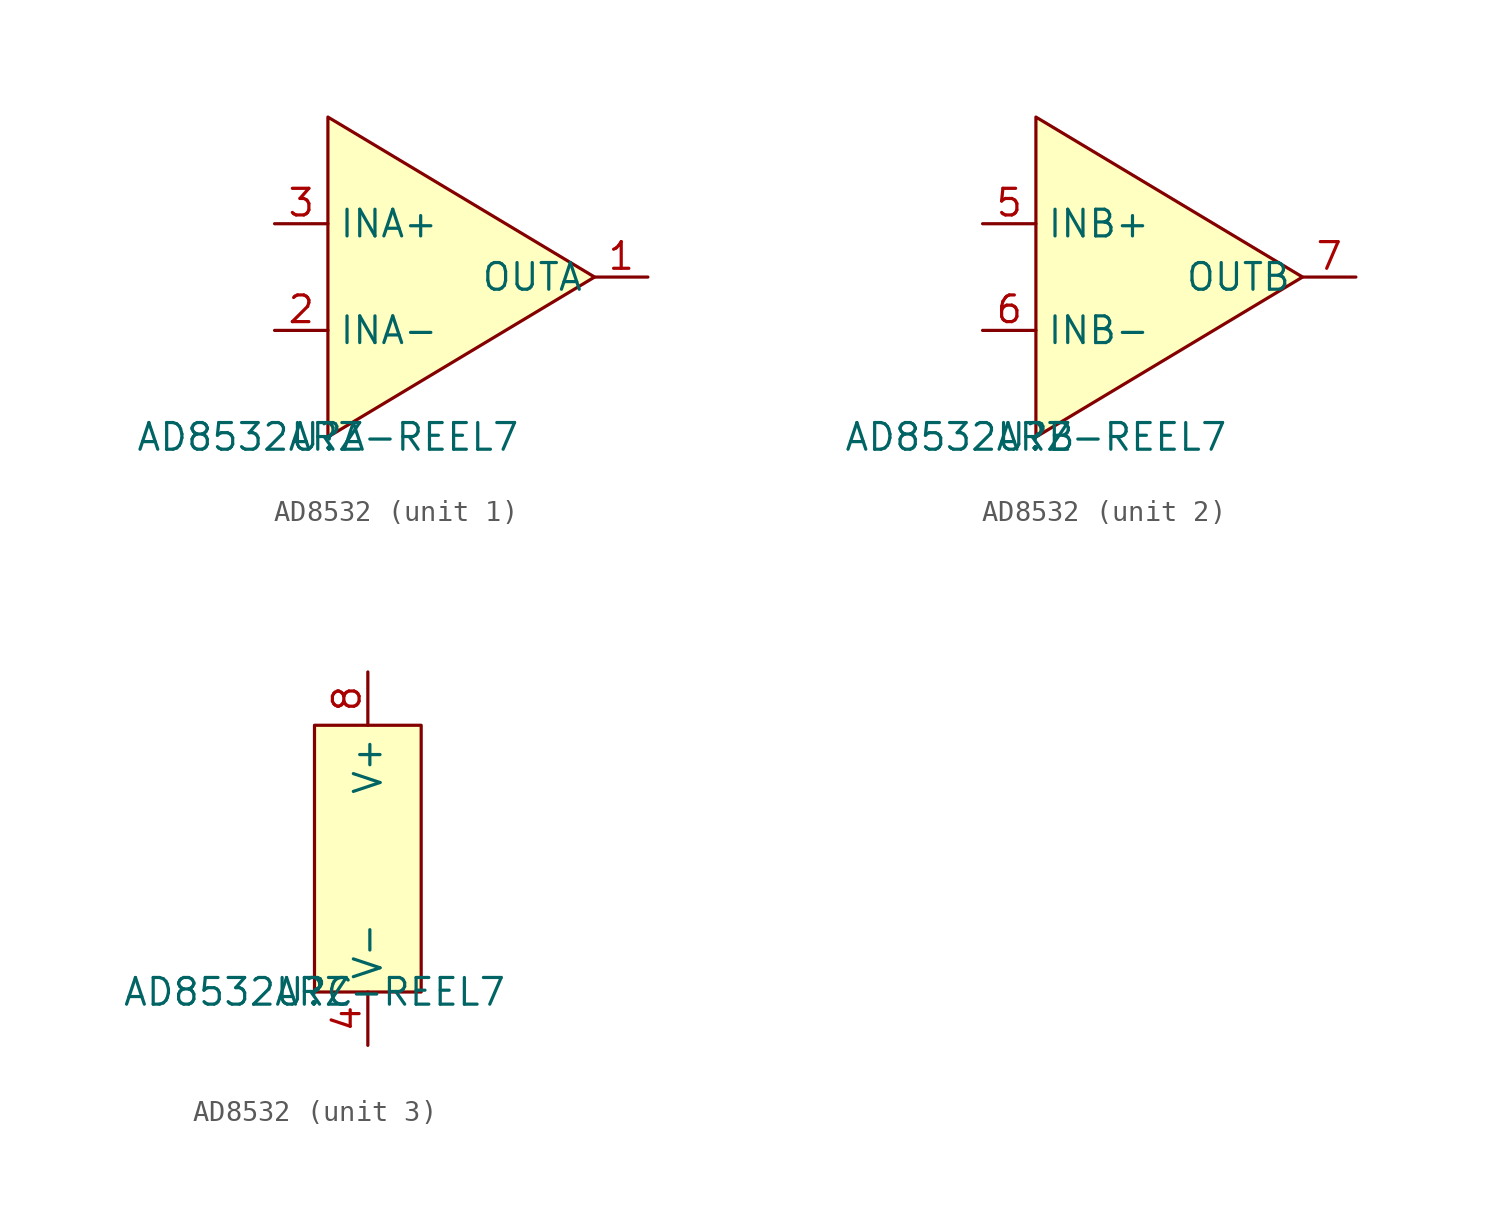
<source format=kicad_sym>
(kicad_symbol_lib
  (version 20220914)
  (generator kicad_symbol_editor)
  (symbol "AD8532"
    (property "Reference" "U"
      (at 0 0 0)
      (effects (font (size 1.27 1.27))))
    (property "Value" "AD8532ARZ-REEL7"
      (at 0 0 0)
      (effects (font (size 1.27 1.27))))
    (property "ki_locked" ""
      (at 0 0 0)
      (effects (font (size 1.27 1.27))))
    (symbol "AD8532_1_0"
      (pin passive line (at 15.24 7.62 180) (length 2.54) (name "OUTA" (effects (font (size 1.27 1.27)))) (number "1" (effects (font (size 1.27 1.27)))))
      (pin passive line (at -2.54 5.08 0) (length 2.54) (name "INA-" (effects (font (size 1.27 1.27)))) (number "2" (effects (font (size 1.27 1.27)))))
      (pin passive line (at -2.54 10.16 0) (length 2.54) (name "INA+" (effects (font (size 1.27 1.27)))) (number "3" (effects (font (size 1.27 1.27))))))
    (symbol "AD8532_1_1"
      (polyline (pts (xy 0 0) (xy 12.7 7.62) (xy 0 15.24) (xy 0 0)) (stroke (width 0) (type default)) (fill (type background))))
    (symbol "AD8532_2_0"
      (pin passive line (at -2.54 10.16 0) (length 2.54) (name "INB+" (effects (font (size 1.27 1.27)))) (number "5" (effects (font (size 1.27 1.27)))))
      (pin passive line (at -2.54 5.08 0) (length 2.54) (name "INB-" (effects (font (size 1.27 1.27)))) (number "6" (effects (font (size 1.27 1.27)))))
      (pin passive line (at 15.24 7.62 180) (length 2.54) (name "OUTB" (effects (font (size 1.27 1.27)))) (number "7" (effects (font (size 1.27 1.27))))))
    (symbol "AD8532_2_1"
      (polyline (pts (xy 0 0) (xy 12.7 7.62) (xy 0 15.24) (xy 0 0)) (stroke (width 0) (type default)) (fill (type background))))
    (symbol "AD8532_3_0"
      (pin passive line (at 2.54 -2.54 90) (length 2.54) (name "V-" (effects (font (size 1.27 1.27)))) (number "4" (effects (font (size 1.27 1.27)))))
      (pin passive line (at 2.54 15.24 270) (length 2.54) (name "V+" (effects (font (size 1.27 1.27)))) (number "8" (effects (font (size 1.27 1.27))))))
    (symbol "AD8532_3_1"
      (rectangle (start 0 12.7) (end 5.08 0) (stroke (width 0) (type default)) (fill (type background))))))
</source>
